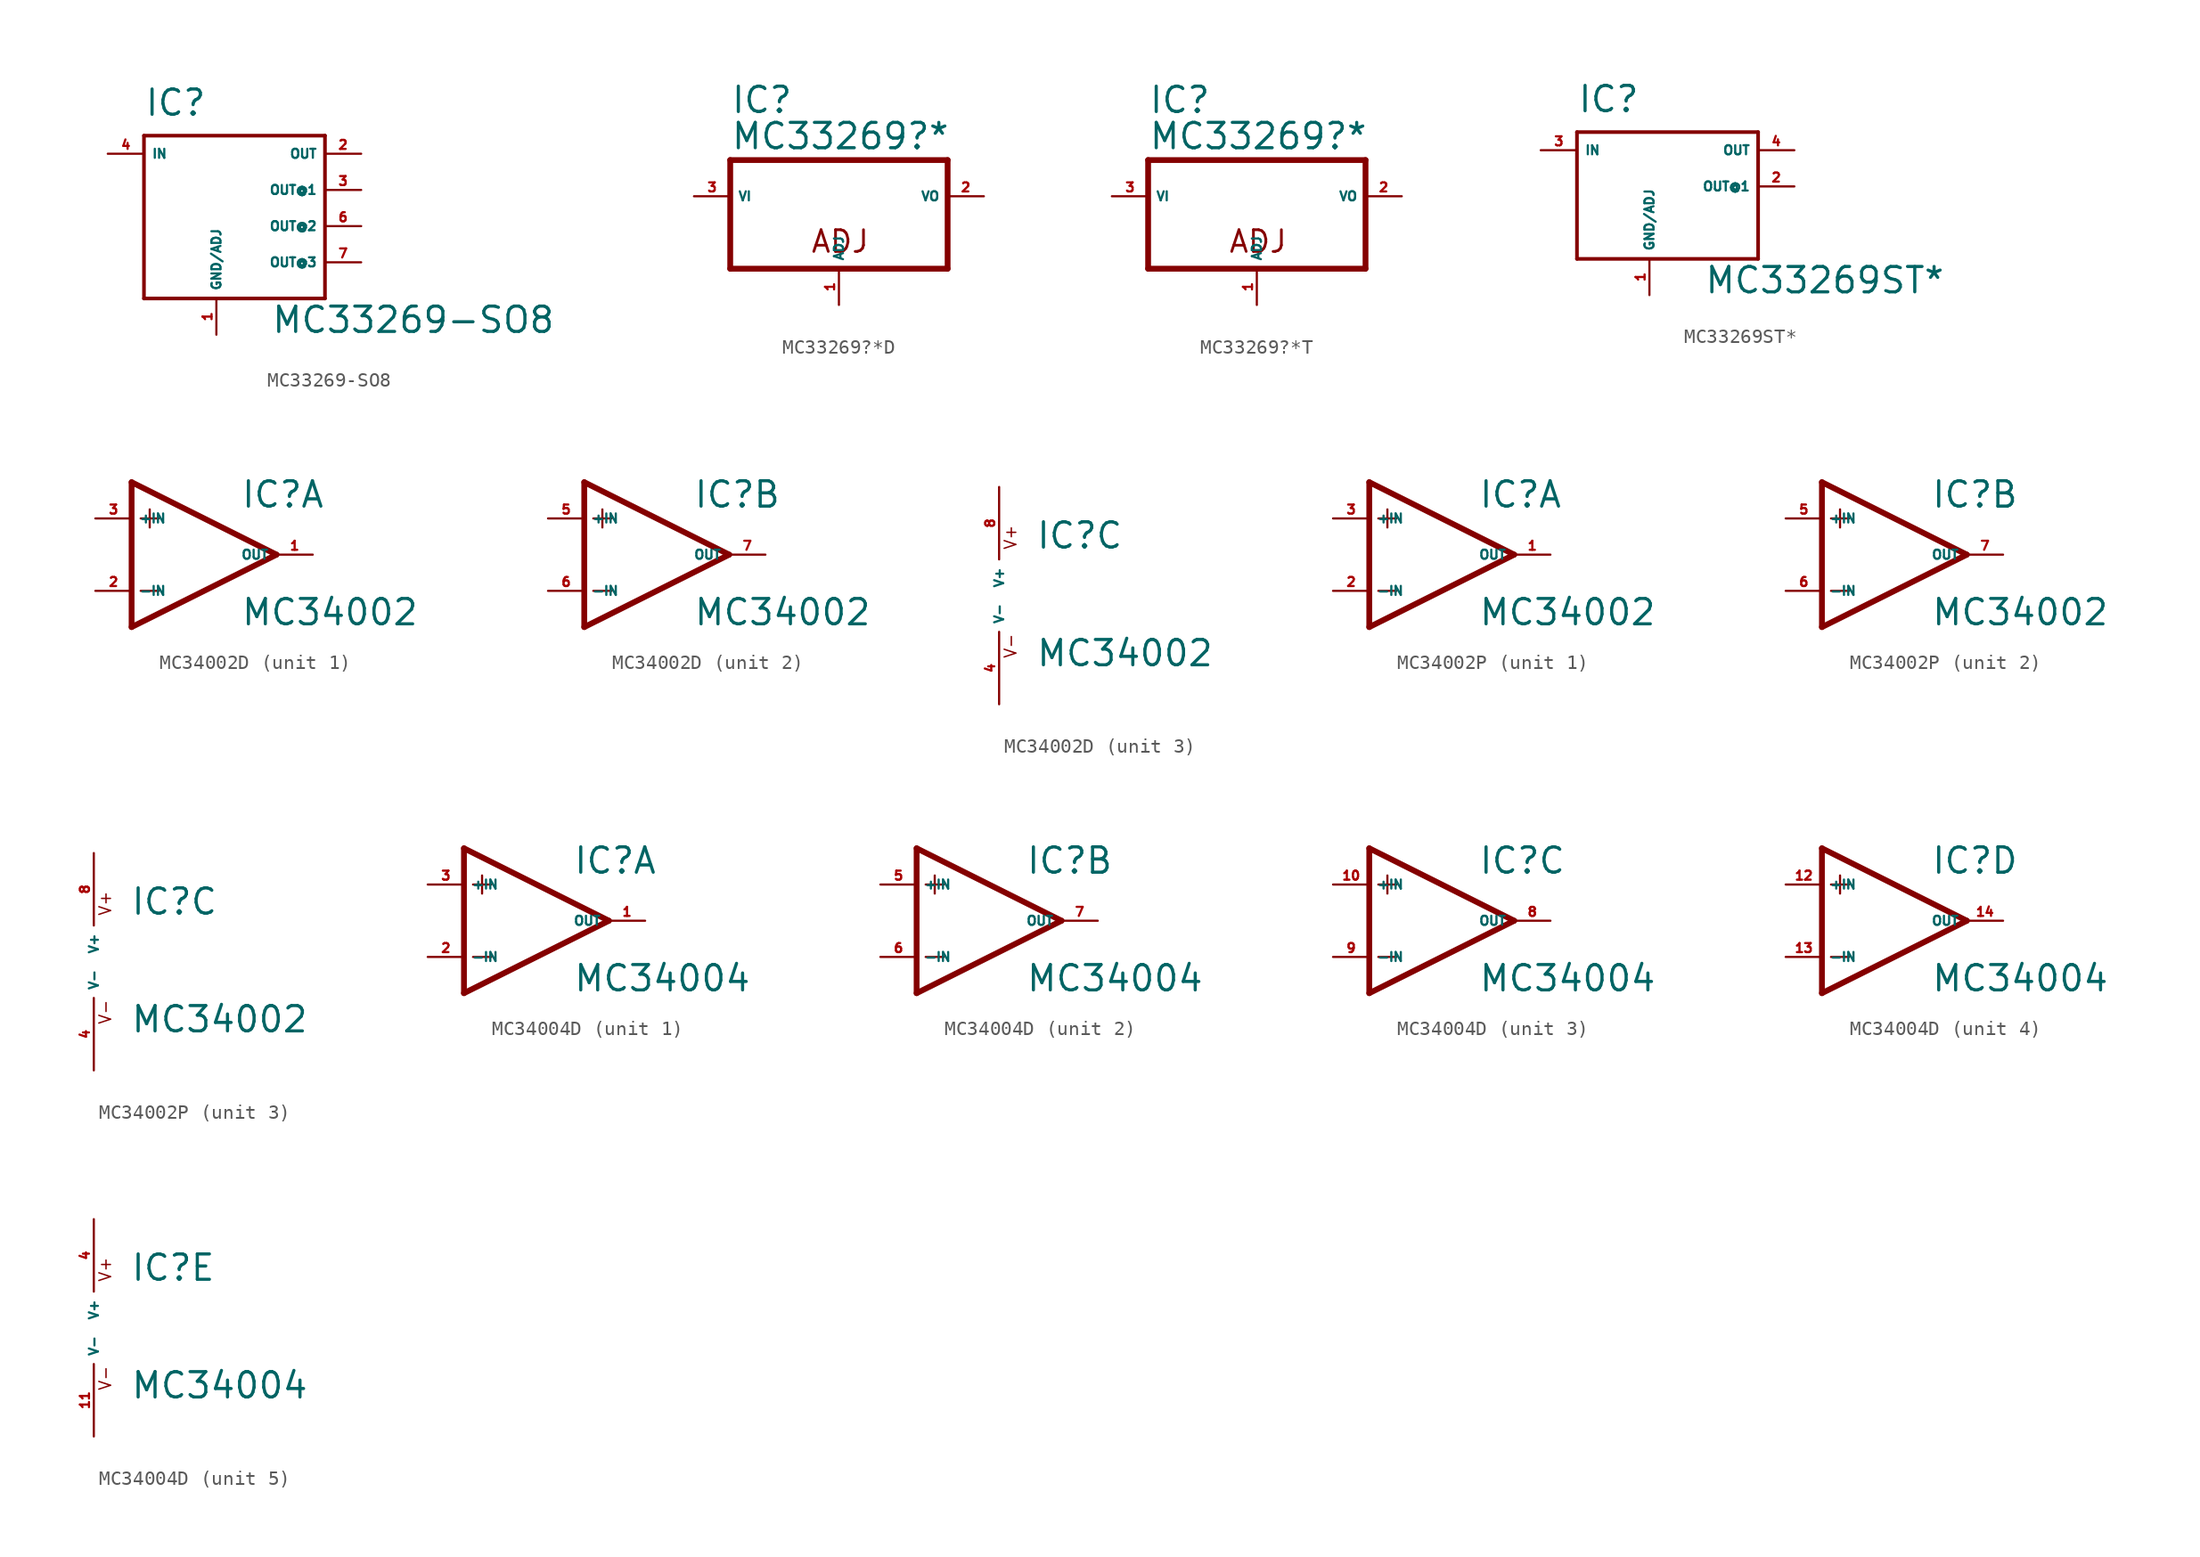
<source format=kicad_sym>
(kicad_symbol_lib
  (version 20220914)
  (generator Eagle2Kicad)
  (symbol "MC33269-SO8"
    (property "Reference" "IC"
      (at -5.08 7.62 0)
      (effects (font (size 1.778 1.778) (thickness 0.22)) (justify left bottom)))
    (property "Value" "MC33269-SO8"
      (at 3.81 -7.62 0)
      (effects (font (size 1.778 1.778) (thickness 0.22)) (justify left bottom)))
    (polyline
      (pts (xy -5.08 6.35) (xy 7.62 6.35))
      (stroke (width 0.254) (type default))
      (fill (type none)))
    (polyline
      (pts (xy 7.62 6.35) (xy 7.62 -5.08))
      (stroke (width 0.254) (type default))
      (fill (type none)))
    (polyline
      (pts (xy 7.62 -5.08) (xy -5.08 -5.08))
      (stroke (width 0.254) (type default))
      (fill (type none)))
    (polyline
      (pts (xy -5.08 -5.08) (xy -5.08 6.35))
      (stroke (width 0.254) (type default))
      (fill (type none)))
    (pin input line
      (at 0 -7.62 90)
      (length 2.54)
      (name "GND/ADJ" (effects (font (size 0.635 0.635) (thickness 0.08)) (justify left bottom)))
      (number "1" (effects (font (size 0.635 0.635) (thickness 0.08)) (justify left bottom))))
    (pin input line
      (at -7.62 5.08 0)
      (length 2.54)
      (name "IN" (effects (font (size 0.635 0.635) (thickness 0.08)) (justify left bottom)))
      (number "4" (effects (font (size 0.635 0.635) (thickness 0.08)) (justify left bottom))))
    (pin passive line
      (at 10.16 5.08 180)
      (length 2.54)
      (name "OUT" (effects (font (size 0.635 0.635) (thickness 0.08)) (justify left bottom)))
      (number "2" (effects (font (size 0.635 0.635) (thickness 0.08)) (justify left bottom))))
    (pin passive line
      (at 10.16 2.54 180)
      (length 2.54)
      (name "OUT@1" (effects (font (size 0.635 0.635) (thickness 0.08)) (justify left bottom)))
      (number "3" (effects (font (size 0.635 0.635) (thickness 0.08)) (justify left bottom))))
    (pin passive line
      (at 10.16 0 180)
      (length 2.54)
      (name "OUT@2" (effects (font (size 0.635 0.635) (thickness 0.08)) (justify left bottom)))
      (number "6" (effects (font (size 0.635 0.635) (thickness 0.08)) (justify left bottom))))
    (pin passive line
      (at 10.16 -2.54 180)
      (length 2.54)
      (name "OUT@3" (effects (font (size 0.635 0.635) (thickness 0.08)) (justify left bottom)))
      (number "7" (effects (font (size 0.635 0.635) (thickness 0.08)) (justify left bottom)))))
  (symbol "MC33269?*D"
    (property "Reference" "IC"
      (at -7.62 8.255 0)
      (effects (font (size 1.778 1.778) (thickness 0.22)) (justify left bottom)))
    (property "Value" "MC33269?*"
      (at -7.62 5.715 0)
      (effects (font (size 1.778 1.778) (thickness 0.22)) (justify left bottom)))
    (polyline
      (pts (xy -7.62 -2.54) (xy 7.62 -2.54))
      (stroke (width 0.406) (type default))
      (fill (type none)))
    (polyline
      (pts (xy 7.62 -2.54) (xy 7.62 5.08))
      (stroke (width 0.406) (type default))
      (fill (type none)))
    (polyline
      (pts (xy 7.62 5.08) (xy -7.62 5.08))
      (stroke (width 0.406) (type default))
      (fill (type none)))
    (polyline
      (pts (xy -7.62 5.08) (xy -7.62 -2.54))
      (stroke (width 0.406) (type default))
      (fill (type none)))
    (text "ADJ"
      (at -2.032 -1.524 0)
      (effects (font (size 1.524 1.524) (thickness 0.19)) (justify left bottom)))
    (pin input line
      (at -10.16 2.54 0)
      (length 2.54)
      (name "VI" (effects (font (size 0.635 0.635) (thickness 0.08)) (justify left bottom)))
      (number "3" (effects (font (size 0.635 0.635) (thickness 0.08)) (justify left bottom))))
    (pin input line
      (at 0 -5.08 90)
      (length 2.54)
      (name "ADJ" (effects (font (size 0.635 0.635) (thickness 0.08)) (justify left bottom)))
      (number "1" (effects (font (size 0.635 0.635) (thickness 0.08)) (justify left bottom))))
    (pin passive line
      (at 10.16 2.54 180)
      (length 2.54)
      (name "VO" (effects (font (size 0.635 0.635) (thickness 0.08)) (justify left bottom)))
      (number "2" (effects (font (size 0.635 0.635) (thickness 0.08)) (justify left bottom)))))
  (symbol "MC33269?*T"
    (property "Reference" "IC"
      (at -7.62 8.255 0)
      (effects (font (size 1.778 1.778) (thickness 0.22)) (justify left bottom)))
    (property "Value" "MC33269?*"
      (at -7.62 5.715 0)
      (effects (font (size 1.778 1.778) (thickness 0.22)) (justify left bottom)))
    (polyline
      (pts (xy -7.62 -2.54) (xy 7.62 -2.54))
      (stroke (width 0.406) (type default))
      (fill (type none)))
    (polyline
      (pts (xy 7.62 -2.54) (xy 7.62 5.08))
      (stroke (width 0.406) (type default))
      (fill (type none)))
    (polyline
      (pts (xy 7.62 5.08) (xy -7.62 5.08))
      (stroke (width 0.406) (type default))
      (fill (type none)))
    (polyline
      (pts (xy -7.62 5.08) (xy -7.62 -2.54))
      (stroke (width 0.406) (type default))
      (fill (type none)))
    (text "ADJ"
      (at -2.032 -1.524 0)
      (effects (font (size 1.524 1.524) (thickness 0.19)) (justify left bottom)))
    (pin input line
      (at -10.16 2.54 0)
      (length 2.54)
      (name "VI" (effects (font (size 0.635 0.635) (thickness 0.08)) (justify left bottom)))
      (number "3" (effects (font (size 0.635 0.635) (thickness 0.08)) (justify left bottom))))
    (pin input line
      (at 0 -5.08 90)
      (length 2.54)
      (name "ADJ" (effects (font (size 0.635 0.635) (thickness 0.08)) (justify left bottom)))
      (number "1" (effects (font (size 0.635 0.635) (thickness 0.08)) (justify left bottom))))
    (pin passive line
      (at 10.16 2.54 180)
      (length 2.54)
      (name "VO" (effects (font (size 0.635 0.635) (thickness 0.08)) (justify left bottom)))
      (number "2" (effects (font (size 0.635 0.635) (thickness 0.08)) (justify left bottom)))))
  (symbol "MC33269ST*"
    (property "Reference" "IC"
      (at -5.08 7.62 0)
      (effects (font (size 1.778 1.778) (thickness 0.22)) (justify left bottom)))
    (property "Value" "MC33269ST*"
      (at 3.81 -5.08 0)
      (effects (font (size 1.778 1.778) (thickness 0.22)) (justify left bottom)))
    (polyline
      (pts (xy -5.08 6.35) (xy 7.62 6.35))
      (stroke (width 0.254) (type default))
      (fill (type none)))
    (polyline
      (pts (xy 7.62 6.35) (xy 7.62 -2.54))
      (stroke (width 0.254) (type default))
      (fill (type none)))
    (polyline
      (pts (xy 7.62 -2.54) (xy -5.08 -2.54))
      (stroke (width 0.254) (type default))
      (fill (type none)))
    (polyline
      (pts (xy -5.08 -2.54) (xy -5.08 6.35))
      (stroke (width 0.254) (type default))
      (fill (type none)))
    (pin input line
      (at 0 -5.08 90)
      (length 2.54)
      (name "GND/ADJ" (effects (font (size 0.635 0.635) (thickness 0.08)) (justify left bottom)))
      (number "1" (effects (font (size 0.635 0.635) (thickness 0.08)) (justify left bottom))))
    (pin input line
      (at -7.62 5.08 0)
      (length 2.54)
      (name "IN" (effects (font (size 0.635 0.635) (thickness 0.08)) (justify left bottom)))
      (number "3" (effects (font (size 0.635 0.635) (thickness 0.08)) (justify left bottom))))
    (pin passive line
      (at 10.16 5.08 180)
      (length 2.54)
      (name "OUT" (effects (font (size 0.635 0.635) (thickness 0.08)) (justify left bottom)))
      (number "4" (effects (font (size 0.635 0.635) (thickness 0.08)) (justify left bottom))))
    (pin passive line
      (at 10.16 2.54 180)
      (length 2.54)
      (name "OUT@1" (effects (font (size 0.635 0.635) (thickness 0.08)) (justify left bottom)))
      (number "2" (effects (font (size 0.635 0.635) (thickness 0.08)) (justify left bottom)))))
  (symbol "MC34002D"
    (property "Reference" "IC"
      (at 2.54 3.175 0)
      (effects (font (size 1.778 1.778) (thickness 0.22)) (justify left bottom)))
    (property "Value" "MC34002"
      (at 2.54 -5.08 0)
      (effects (font (size 1.778 1.778) (thickness 0.22)) (justify left bottom)))
    (symbol "MC34002D_1_0"
      (polyline (pts (xy -5.08 5.08) (xy -5.08 -5.08)) (stroke (width 0.406) (type default)) (fill (type none)))
      (polyline (pts (xy -5.08 -5.08) (xy 5.08 0)) (stroke (width 0.406) (type default)) (fill (type none)))
      (polyline (pts (xy 5.08 0) (xy -5.08 5.08)) (stroke (width 0.406) (type default)) (fill (type none)))
      (polyline (pts (xy -3.81 3.175) (xy -3.81 1.905)) (stroke (width 0.152) (type default)) (fill (type none)))
      (polyline (pts (xy -4.445 2.54) (xy -3.175 2.54)) (stroke (width 0.152) (type default)) (fill (type none)))
      (polyline (pts (xy -4.445 -2.54) (xy -3.175 -2.54)) (stroke (width 0.152) (type default)) (fill (type none)))
      (pin input line (at -7.62 -2.54 0) (length 2.54) (name "-IN" (effects (font (size 0.635 0.635) (thickness 0.08)) (justify left bottom))) (number "2" (effects (font (size 0.635 0.635) (thickness 0.08)) (justify left bottom))))
      (pin input line (at -7.62 2.54 0) (length 2.54) (name "+IN" (effects (font (size 0.635 0.635) (thickness 0.08)) (justify left bottom))) (number "3" (effects (font (size 0.635 0.635) (thickness 0.08)) (justify left bottom))))
      (pin output line (at 7.62 0 180) (length 2.54) (name "OUT" (effects (font (size 0.635 0.635) (thickness 0.08)) (justify left bottom))) (number "1" (effects (font (size 0.635 0.635) (thickness 0.08)) (justify left bottom)))))
    (symbol "MC34002D_2_0"
      (polyline (pts (xy -5.08 5.08) (xy -5.08 -5.08)) (stroke (width 0.406) (type default)) (fill (type none)))
      (polyline (pts (xy -5.08 -5.08) (xy 5.08 0)) (stroke (width 0.406) (type default)) (fill (type none)))
      (polyline (pts (xy 5.08 0) (xy -5.08 5.08)) (stroke (width 0.406) (type default)) (fill (type none)))
      (polyline (pts (xy -3.81 3.175) (xy -3.81 1.905)) (stroke (width 0.152) (type default)) (fill (type none)))
      (polyline (pts (xy -4.445 2.54) (xy -3.175 2.54)) (stroke (width 0.152) (type default)) (fill (type none)))
      (polyline (pts (xy -4.445 -2.54) (xy -3.175 -2.54)) (stroke (width 0.152) (type default)) (fill (type none)))
      (pin input line (at -7.62 -2.54 0) (length 2.54) (name "-IN" (effects (font (size 0.635 0.635) (thickness 0.08)) (justify left bottom))) (number "6" (effects (font (size 0.635 0.635) (thickness 0.08)) (justify left bottom))))
      (pin input line (at -7.62 2.54 0) (length 2.54) (name "+IN" (effects (font (size 0.635 0.635) (thickness 0.08)) (justify left bottom))) (number "5" (effects (font (size 0.635 0.635) (thickness 0.08)) (justify left bottom))))
      (pin output line (at 7.62 0 180) (length 2.54) (name "OUT" (effects (font (size 0.635 0.635) (thickness 0.08)) (justify left bottom))) (number "7" (effects (font (size 0.635 0.635) (thickness 0.08)) (justify left bottom)))))
    (symbol "MC34002D_3_0"
      (text "V+" (at 1.27 3.175 900) (effects (font (size 0.813 0.813) (thickness 0.10)) (justify left bottom)))
      (text "V-" (at 1.27 -4.445 900) (effects (font (size 0.813 0.813) (thickness 0.10)) (justify left bottom)))
      (pin unspecified line (at 0 7.62 270) (length 5.08) (name "V+" (effects (font (size 0.635 0.635) (thickness 0.08)) (justify left bottom))) (number "8" (effects (font (size 0.635 0.635) (thickness 0.08)) (justify left bottom))))
      (pin unspecified line (at 0 -7.62 90) (length 5.08) (name "V-" (effects (font (size 0.635 0.635) (thickness 0.08)) (justify left bottom))) (number "4" (effects (font (size 0.635 0.635) (thickness 0.08)) (justify left bottom))))))
  (symbol "MC34002P"
    (property "Reference" "IC"
      (at 2.54 3.175 0)
      (effects (font (size 1.778 1.778) (thickness 0.22)) (justify left bottom)))
    (property "Value" "MC34002"
      (at 2.54 -5.08 0)
      (effects (font (size 1.778 1.778) (thickness 0.22)) (justify left bottom)))
    (symbol "MC34002P_1_0"
      (polyline (pts (xy -5.08 5.08) (xy -5.08 -5.08)) (stroke (width 0.406) (type default)) (fill (type none)))
      (polyline (pts (xy -5.08 -5.08) (xy 5.08 0)) (stroke (width 0.406) (type default)) (fill (type none)))
      (polyline (pts (xy 5.08 0) (xy -5.08 5.08)) (stroke (width 0.406) (type default)) (fill (type none)))
      (polyline (pts (xy -3.81 3.175) (xy -3.81 1.905)) (stroke (width 0.152) (type default)) (fill (type none)))
      (polyline (pts (xy -4.445 2.54) (xy -3.175 2.54)) (stroke (width 0.152) (type default)) (fill (type none)))
      (polyline (pts (xy -4.445 -2.54) (xy -3.175 -2.54)) (stroke (width 0.152) (type default)) (fill (type none)))
      (pin input line (at -7.62 -2.54 0) (length 2.54) (name "-IN" (effects (font (size 0.635 0.635) (thickness 0.08)) (justify left bottom))) (number "2" (effects (font (size 0.635 0.635) (thickness 0.08)) (justify left bottom))))
      (pin input line (at -7.62 2.54 0) (length 2.54) (name "+IN" (effects (font (size 0.635 0.635) (thickness 0.08)) (justify left bottom))) (number "3" (effects (font (size 0.635 0.635) (thickness 0.08)) (justify left bottom))))
      (pin output line (at 7.62 0 180) (length 2.54) (name "OUT" (effects (font (size 0.635 0.635) (thickness 0.08)) (justify left bottom))) (number "1" (effects (font (size 0.635 0.635) (thickness 0.08)) (justify left bottom)))))
    (symbol "MC34002P_2_0"
      (polyline (pts (xy -5.08 5.08) (xy -5.08 -5.08)) (stroke (width 0.406) (type default)) (fill (type none)))
      (polyline (pts (xy -5.08 -5.08) (xy 5.08 0)) (stroke (width 0.406) (type default)) (fill (type none)))
      (polyline (pts (xy 5.08 0) (xy -5.08 5.08)) (stroke (width 0.406) (type default)) (fill (type none)))
      (polyline (pts (xy -3.81 3.175) (xy -3.81 1.905)) (stroke (width 0.152) (type default)) (fill (type none)))
      (polyline (pts (xy -4.445 2.54) (xy -3.175 2.54)) (stroke (width 0.152) (type default)) (fill (type none)))
      (polyline (pts (xy -4.445 -2.54) (xy -3.175 -2.54)) (stroke (width 0.152) (type default)) (fill (type none)))
      (pin input line (at -7.62 -2.54 0) (length 2.54) (name "-IN" (effects (font (size 0.635 0.635) (thickness 0.08)) (justify left bottom))) (number "6" (effects (font (size 0.635 0.635) (thickness 0.08)) (justify left bottom))))
      (pin input line (at -7.62 2.54 0) (length 2.54) (name "+IN" (effects (font (size 0.635 0.635) (thickness 0.08)) (justify left bottom))) (number "5" (effects (font (size 0.635 0.635) (thickness 0.08)) (justify left bottom))))
      (pin output line (at 7.62 0 180) (length 2.54) (name "OUT" (effects (font (size 0.635 0.635) (thickness 0.08)) (justify left bottom))) (number "7" (effects (font (size 0.635 0.635) (thickness 0.08)) (justify left bottom)))))
    (symbol "MC34002P_3_0"
      (text "V+" (at 1.27 3.175 900) (effects (font (size 0.813 0.813) (thickness 0.10)) (justify left bottom)))
      (text "V-" (at 1.27 -4.445 900) (effects (font (size 0.813 0.813) (thickness 0.10)) (justify left bottom)))
      (pin unspecified line (at 0 7.62 270) (length 5.08) (name "V+" (effects (font (size 0.635 0.635) (thickness 0.08)) (justify left bottom))) (number "8" (effects (font (size 0.635 0.635) (thickness 0.08)) (justify left bottom))))
      (pin unspecified line (at 0 -7.62 90) (length 5.08) (name "V-" (effects (font (size 0.635 0.635) (thickness 0.08)) (justify left bottom))) (number "4" (effects (font (size 0.635 0.635) (thickness 0.08)) (justify left bottom))))))
  (symbol "MC34004D"
    (property "Reference" "IC"
      (at 2.54 3.175 0)
      (effects (font (size 1.778 1.778) (thickness 0.22)) (justify left bottom)))
    (property "Value" "MC34004"
      (at 2.54 -5.08 0)
      (effects (font (size 1.778 1.778) (thickness 0.22)) (justify left bottom)))
    (symbol "MC34004D_1_0"
      (polyline (pts (xy -5.08 5.08) (xy -5.08 -5.08)) (stroke (width 0.406) (type default)) (fill (type none)))
      (polyline (pts (xy -5.08 -5.08) (xy 5.08 0)) (stroke (width 0.406) (type default)) (fill (type none)))
      (polyline (pts (xy 5.08 0) (xy -5.08 5.08)) (stroke (width 0.406) (type default)) (fill (type none)))
      (polyline (pts (xy -3.81 3.175) (xy -3.81 1.905)) (stroke (width 0.152) (type default)) (fill (type none)))
      (polyline (pts (xy -4.445 2.54) (xy -3.175 2.54)) (stroke (width 0.152) (type default)) (fill (type none)))
      (polyline (pts (xy -4.445 -2.54) (xy -3.175 -2.54)) (stroke (width 0.152) (type default)) (fill (type none)))
      (pin input line (at -7.62 -2.54 0) (length 2.54) (name "-IN" (effects (font (size 0.635 0.635) (thickness 0.08)) (justify left bottom))) (number "2" (effects (font (size 0.635 0.635) (thickness 0.08)) (justify left bottom))))
      (pin input line (at -7.62 2.54 0) (length 2.54) (name "+IN" (effects (font (size 0.635 0.635) (thickness 0.08)) (justify left bottom))) (number "3" (effects (font (size 0.635 0.635) (thickness 0.08)) (justify left bottom))))
      (pin output line (at 7.62 0 180) (length 2.54) (name "OUT" (effects (font (size 0.635 0.635) (thickness 0.08)) (justify left bottom))) (number "1" (effects (font (size 0.635 0.635) (thickness 0.08)) (justify left bottom)))))
    (symbol "MC34004D_2_0"
      (polyline (pts (xy -5.08 5.08) (xy -5.08 -5.08)) (stroke (width 0.406) (type default)) (fill (type none)))
      (polyline (pts (xy -5.08 -5.08) (xy 5.08 0)) (stroke (width 0.406) (type default)) (fill (type none)))
      (polyline (pts (xy 5.08 0) (xy -5.08 5.08)) (stroke (width 0.406) (type default)) (fill (type none)))
      (polyline (pts (xy -3.81 3.175) (xy -3.81 1.905)) (stroke (width 0.152) (type default)) (fill (type none)))
      (polyline (pts (xy -4.445 2.54) (xy -3.175 2.54)) (stroke (width 0.152) (type default)) (fill (type none)))
      (polyline (pts (xy -4.445 -2.54) (xy -3.175 -2.54)) (stroke (width 0.152) (type default)) (fill (type none)))
      (pin input line (at -7.62 -2.54 0) (length 2.54) (name "-IN" (effects (font (size 0.635 0.635) (thickness 0.08)) (justify left bottom))) (number "6" (effects (font (size 0.635 0.635) (thickness 0.08)) (justify left bottom))))
      (pin input line (at -7.62 2.54 0) (length 2.54) (name "+IN" (effects (font (size 0.635 0.635) (thickness 0.08)) (justify left bottom))) (number "5" (effects (font (size 0.635 0.635) (thickness 0.08)) (justify left bottom))))
      (pin output line (at 7.62 0 180) (length 2.54) (name "OUT" (effects (font (size 0.635 0.635) (thickness 0.08)) (justify left bottom))) (number "7" (effects (font (size 0.635 0.635) (thickness 0.08)) (justify left bottom)))))
    (symbol "MC34004D_3_0"
      (polyline (pts (xy -5.08 5.08) (xy -5.08 -5.08)) (stroke (width 0.406) (type default)) (fill (type none)))
      (polyline (pts (xy -5.08 -5.08) (xy 5.08 0)) (stroke (width 0.406) (type default)) (fill (type none)))
      (polyline (pts (xy 5.08 0) (xy -5.08 5.08)) (stroke (width 0.406) (type default)) (fill (type none)))
      (polyline (pts (xy -3.81 3.175) (xy -3.81 1.905)) (stroke (width 0.152) (type default)) (fill (type none)))
      (polyline (pts (xy -4.445 2.54) (xy -3.175 2.54)) (stroke (width 0.152) (type default)) (fill (type none)))
      (polyline (pts (xy -4.445 -2.54) (xy -3.175 -2.54)) (stroke (width 0.152) (type default)) (fill (type none)))
      (pin input line (at -7.62 -2.54 0) (length 2.54) (name "-IN" (effects (font (size 0.635 0.635) (thickness 0.08)) (justify left bottom))) (number "9" (effects (font (size 0.635 0.635) (thickness 0.08)) (justify left bottom))))
      (pin input line (at -7.62 2.54 0) (length 2.54) (name "+IN" (effects (font (size 0.635 0.635) (thickness 0.08)) (justify left bottom))) (number "10" (effects (font (size 0.635 0.635) (thickness 0.08)) (justify left bottom))))
      (pin output line (at 7.62 0 180) (length 2.54) (name "OUT" (effects (font (size 0.635 0.635) (thickness 0.08)) (justify left bottom))) (number "8" (effects (font (size 0.635 0.635) (thickness 0.08)) (justify left bottom)))))
    (symbol "MC34004D_4_0"
      (polyline (pts (xy -5.08 5.08) (xy -5.08 -5.08)) (stroke (width 0.406) (type default)) (fill (type none)))
      (polyline (pts (xy -5.08 -5.08) (xy 5.08 0)) (stroke (width 0.406) (type default)) (fill (type none)))
      (polyline (pts (xy 5.08 0) (xy -5.08 5.08)) (stroke (width 0.406) (type default)) (fill (type none)))
      (polyline (pts (xy -3.81 3.175) (xy -3.81 1.905)) (stroke (width 0.152) (type default)) (fill (type none)))
      (polyline (pts (xy -4.445 2.54) (xy -3.175 2.54)) (stroke (width 0.152) (type default)) (fill (type none)))
      (polyline (pts (xy -4.445 -2.54) (xy -3.175 -2.54)) (stroke (width 0.152) (type default)) (fill (type none)))
      (pin input line (at -7.62 -2.54 0) (length 2.54) (name "-IN" (effects (font (size 0.635 0.635) (thickness 0.08)) (justify left bottom))) (number "13" (effects (font (size 0.635 0.635) (thickness 0.08)) (justify left bottom))))
      (pin input line (at -7.62 2.54 0) (length 2.54) (name "+IN" (effects (font (size 0.635 0.635) (thickness 0.08)) (justify left bottom))) (number "12" (effects (font (size 0.635 0.635) (thickness 0.08)) (justify left bottom))))
      (pin output line (at 7.62 0 180) (length 2.54) (name "OUT" (effects (font (size 0.635 0.635) (thickness 0.08)) (justify left bottom))) (number "14" (effects (font (size 0.635 0.635) (thickness 0.08)) (justify left bottom)))))
    (symbol "MC34004D_5_0"
      (text "V+" (at 1.27 3.175 900) (effects (font (size 0.813 0.813) (thickness 0.10)) (justify left bottom)))
      (text "V-" (at 1.27 -4.445 900) (effects (font (size 0.813 0.813) (thickness 0.10)) (justify left bottom)))
      (pin unspecified line (at 0 7.62 270) (length 5.08) (name "V+" (effects (font (size 0.635 0.635) (thickness 0.08)) (justify left bottom))) (number "4" (effects (font (size 0.635 0.635) (thickness 0.08)) (justify left bottom))))
      (pin unspecified line (at 0 -7.62 90) (length 5.08) (name "V-" (effects (font (size 0.635 0.635) (thickness 0.08)) (justify left bottom))) (number "11" (effects (font (size 0.635 0.635) (thickness 0.08)) (justify left bottom)))))))
</source>
